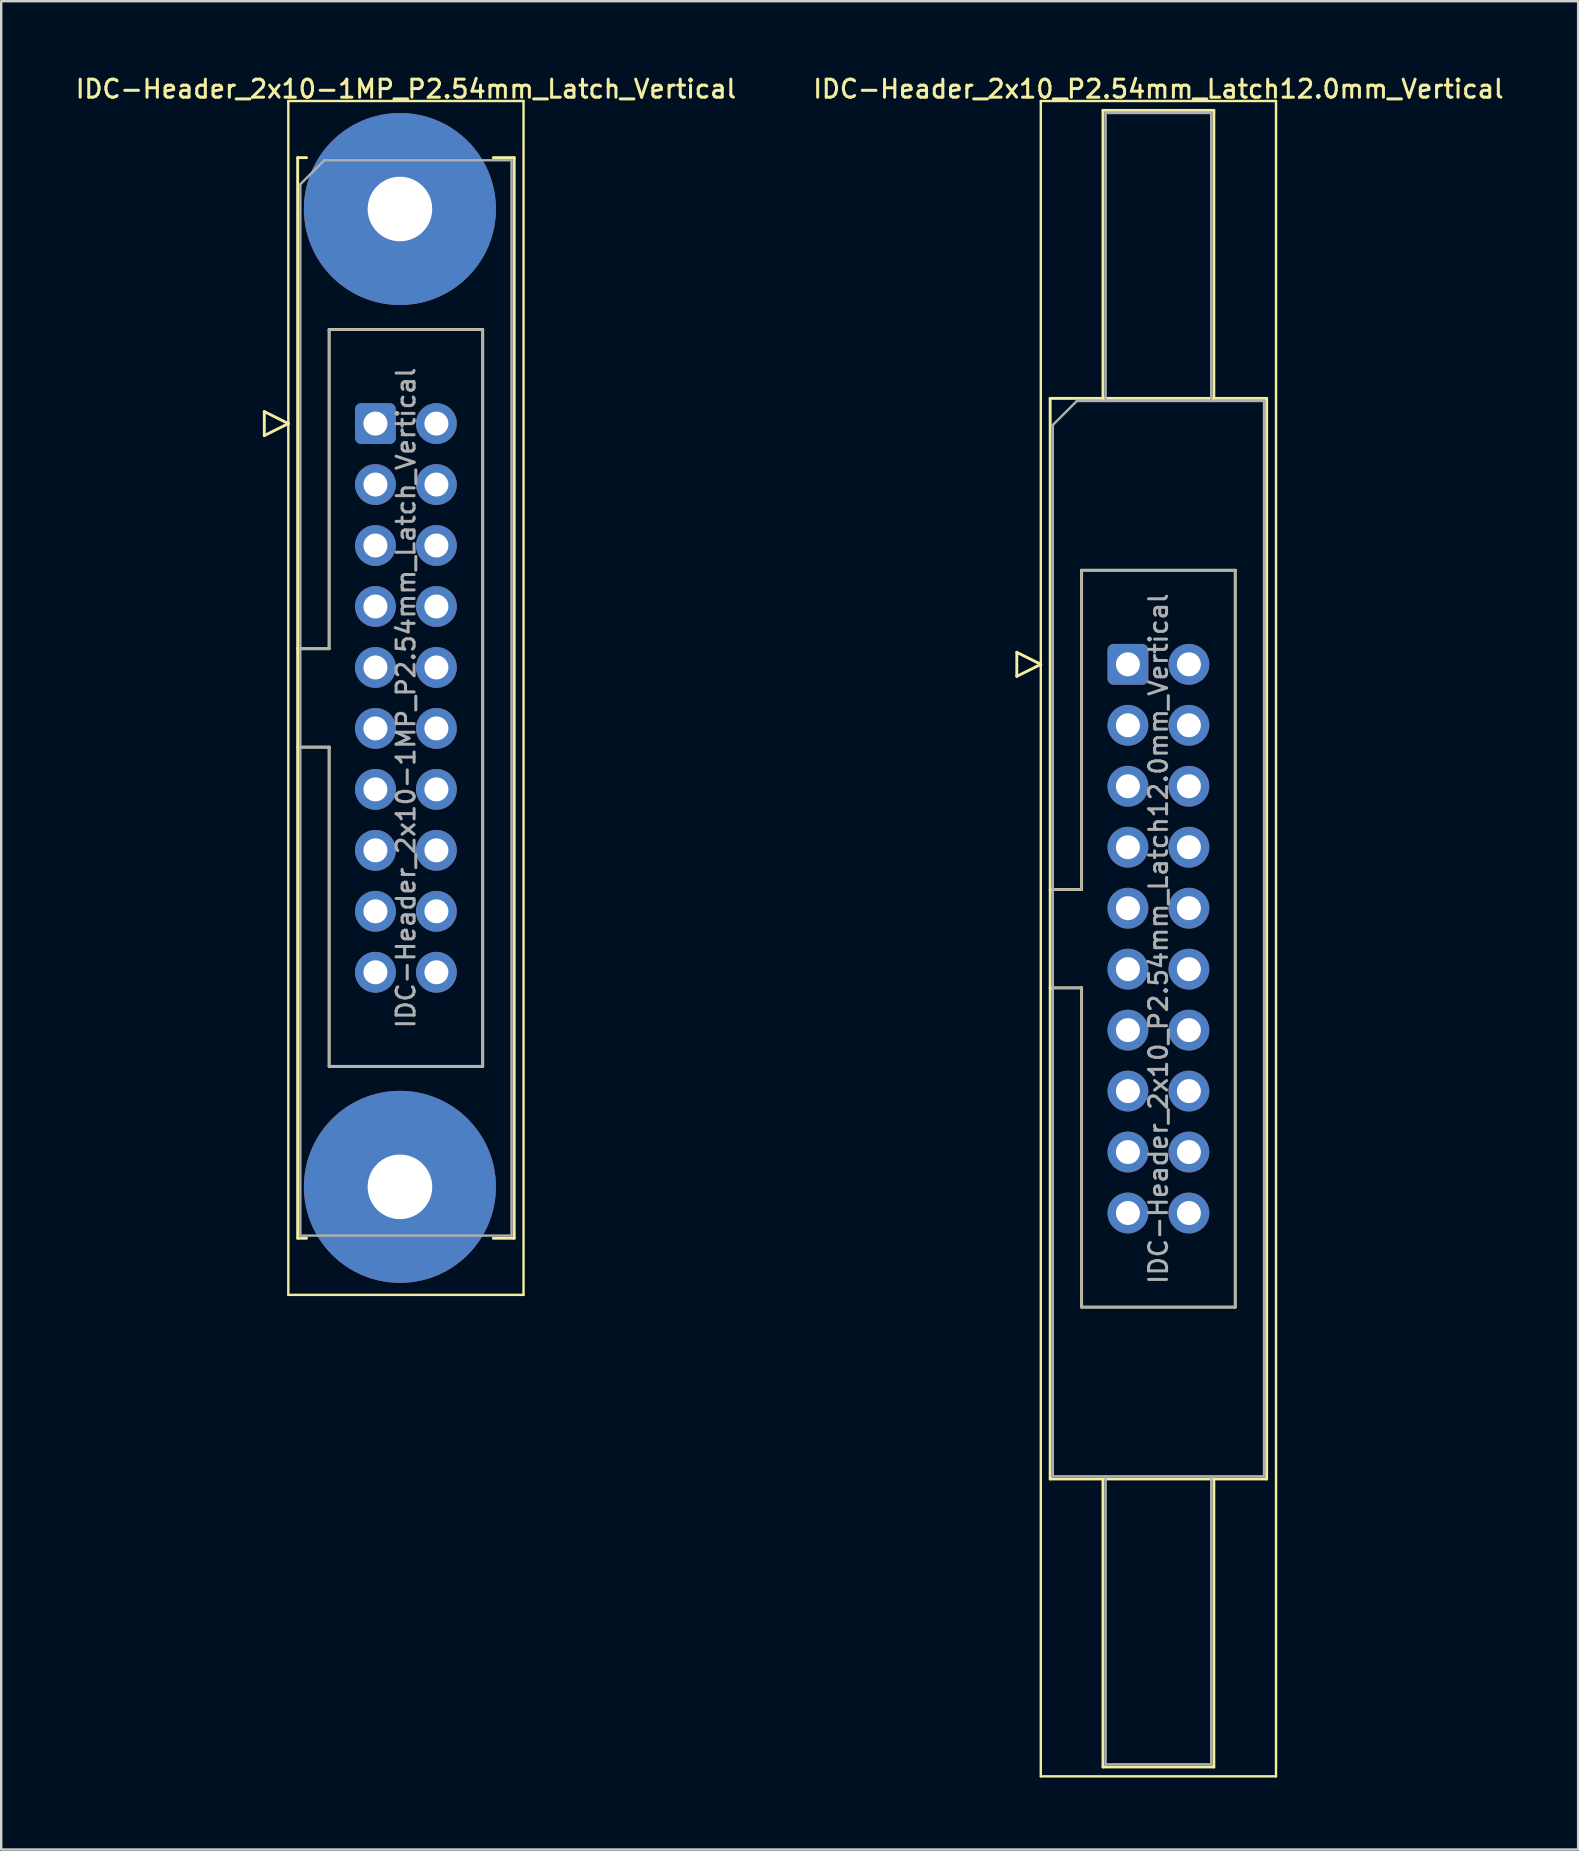
<source format=kicad_pcb>
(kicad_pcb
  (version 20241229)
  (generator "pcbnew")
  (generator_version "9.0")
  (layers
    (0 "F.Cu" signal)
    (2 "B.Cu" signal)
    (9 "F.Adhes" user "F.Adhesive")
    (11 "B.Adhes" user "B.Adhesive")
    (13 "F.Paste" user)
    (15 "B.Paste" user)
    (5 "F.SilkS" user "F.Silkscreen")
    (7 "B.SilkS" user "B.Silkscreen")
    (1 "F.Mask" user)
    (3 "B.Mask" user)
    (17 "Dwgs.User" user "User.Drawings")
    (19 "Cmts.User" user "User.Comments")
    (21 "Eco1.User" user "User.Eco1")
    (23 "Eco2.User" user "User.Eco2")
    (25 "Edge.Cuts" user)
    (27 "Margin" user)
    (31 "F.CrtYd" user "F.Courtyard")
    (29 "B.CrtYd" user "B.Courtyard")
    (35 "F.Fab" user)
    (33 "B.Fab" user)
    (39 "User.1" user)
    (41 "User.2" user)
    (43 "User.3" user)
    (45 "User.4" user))
  (footprint "IDC-Header_2x10_P2.54mm_Latch12.0mm_Vertical"
    (layer "F.Cu")
    (at 43.943 24.628)
    (property "Reference" "IDC-Header_2x10_P2.54mm_Latch12.0mm_Vertical" (at 1.27 -23.97 0) (layer "F.SilkS") (effects (font (size 0.75 0.75) (thickness 0.125))))
    (attr through_hole)
    (fp_line (start -4.63 -0.5) (end -4.63 0.5) (stroke (width 0.12) (type solid)) (layer "F.SilkS"))
    (fp_line (start -4.63 0.5) (end -3.63 0) (stroke (width 0.12) (type solid)) (layer "F.SilkS"))
    (fp_line (start -3.63 -23.47) (end -3.63 46.33) (stroke (width 0.1) (type solid)) (layer "F.SilkS"))
    (fp_line (start -3.63 0) (end -4.63 -0.5) (stroke (width 0.12) (type solid)) (layer "F.SilkS"))
    (fp_line (start -3.63 46.33) (end 6.17 46.33) (stroke (width 0.1) (type solid)) (layer "F.SilkS"))
    (fp_line (start -3.24 -11.08) (end 5.78 -11.08) (stroke (width 0.12) (type solid)) (layer "F.SilkS"))
    (fp_line (start -3.24 9.38) (end -1.93 9.38) (stroke (width 0.12) (type solid)) (layer "F.SilkS"))
    (fp_line (start -3.24 33.94) (end -3.24 -11.08) (stroke (width 0.12) (type solid)) (layer "F.SilkS"))
    (fp_line (start -1.93 -3.92) (end 4.47 -3.92) (stroke (width 0.12) (type solid)) (layer "F.SilkS"))
    (fp_line (start -1.93 9.38) (end -1.93 -3.92) (stroke (width 0.12) (type solid)) (layer "F.SilkS"))
    (fp_line (start -1.93 13.48) (end -3.24 13.48) (stroke (width 0.12) (type solid)) (layer "F.SilkS"))
    (fp_line (start -1.93 13.48) (end -1.93 13.48) (stroke (width 0.12) (type solid)) (layer "F.SilkS"))
    (fp_line (start -1.93 26.78) (end -1.93 13.48) (stroke (width 0.12) (type solid)) (layer "F.SilkS"))
    (fp_line (start -1.04 -23.08) (end 3.58 -23.08) (stroke (width 0.12) (type solid)) (layer "F.SilkS"))
    (fp_line (start -1.04 -11.08) (end -1.04 -23.08) (stroke (width 0.12) (type solid)) (layer "F.SilkS"))
    (fp_line (start -1.04 33.94) (end -1.04 45.94) (stroke (width 0.12) (type solid)) (layer "F.SilkS"))
    (fp_line (start -1.04 45.94) (end 3.58 45.94) (stroke (width 0.12) (type solid)) (layer "F.SilkS"))
    (fp_line (start 3.58 -23.08) (end 3.58 -11.08) (stroke (width 0.12) (type solid)) (layer "F.SilkS"))
    (fp_line (start 3.58 45.94) (end 3.58 33.94) (stroke (width 0.12) (type solid)) (layer "F.SilkS"))
    (fp_line (start 4.47 -3.92) (end 4.47 26.78) (stroke (width 0.12) (type solid)) (layer "F.SilkS"))
    (fp_line (start 4.47 26.78) (end -1.93 26.78) (stroke (width 0.12) (type solid)) (layer "F.SilkS"))
    (fp_line (start 5.78 -11.08) (end 5.78 33.94) (stroke (width 0.12) (type solid)) (layer "F.SilkS"))
    (fp_line (start 5.78 33.94) (end -3.24 33.94) (stroke (width 0.12) (type solid)) (layer "F.SilkS"))
    (fp_line (start 6.17 -23.47) (end -3.63 -23.47) (stroke (width 0.1) (type solid)) (layer "F.SilkS"))
    (fp_line (start 6.17 46.33) (end 6.17 -23.47) (stroke (width 0.1) (type solid)) (layer "F.SilkS"))
    (fp_line (start -3.13 -9.97) (end -2.13 -10.97) (stroke (width 0.1) (type solid)) (layer "F.Fab"))
    (fp_line (start -3.13 9.38) (end -1.93 9.38) (stroke (width 0.1) (type solid)) (layer "F.Fab"))
    (fp_line (start -3.13 33.83) (end -3.13 -9.97) (stroke (width 0.1) (type solid)) (layer "F.Fab"))
    (fp_line (start -2.13 -10.97) (end 5.67 -10.97) (stroke (width 0.1) (type solid)) (layer "F.Fab"))
    (fp_line (start -1.93 -3.92) (end 4.47 -3.92) (stroke (width 0.1) (type solid)) (layer "F.Fab"))
    (fp_line (start -1.93 9.38) (end -1.93 -3.92) (stroke (width 0.1) (type solid)) (layer "F.Fab"))
    (fp_line (start -1.93 13.48) (end -3.13 13.48) (stroke (width 0.1) (type solid)) (layer "F.Fab"))
    (fp_line (start -1.93 13.48) (end -1.93 13.48) (stroke (width 0.1) (type solid)) (layer "F.Fab"))
    (fp_line (start -1.93 26.78) (end -1.93 13.48) (stroke (width 0.1) (type solid)) (layer "F.Fab"))
    (fp_line (start -0.93 -22.97) (end 3.47 -22.97) (stroke (width 0.1) (type solid)) (layer "F.Fab"))
    (fp_line (start -0.93 -10.97) (end -0.93 -22.97) (stroke (width 0.1) (type solid)) (layer "F.Fab"))
    (fp_line (start -0.93 33.83) (end -0.93 45.83) (stroke (width 0.1) (type solid)) (layer "F.Fab"))
    (fp_line (start -0.93 45.83) (end 3.47 45.83) (stroke (width 0.1) (type solid)) (layer "F.Fab"))
    (fp_line (start 3.47 -22.97) (end 3.47 -10.97) (stroke (width 0.1) (type solid)) (layer "F.Fab"))
    (fp_line (start 3.47 45.83) (end 3.47 33.83) (stroke (width 0.1) (type solid)) (layer "F.Fab"))
    (fp_line (start 4.47 -3.92) (end 4.47 26.78) (stroke (width 0.1) (type solid)) (layer "F.Fab"))
    (fp_line (start 4.47 26.78) (end -1.93 26.78) (stroke (width 0.1) (type solid)) (layer "F.Fab"))
    (fp_line (start 5.67 -10.97) (end 5.67 33.83) (stroke (width 0.1) (type solid)) (layer "F.Fab"))
    (fp_line (start 5.67 33.83) (end -3.13 33.83) (stroke (width 0.1) (type solid)) (layer "F.Fab"))
    (fp_text user "${REFERENCE}" (at 1.27 11.43 90) (layer "F.Fab") (effects (font (size 0.75 0.75) (thickness 0.125))))
    (pad "1" thru_hole roundrect (at 0 0) (size 1.7 1.7) (drill 1) (layers "*.Cu" "*.Mask") (roundrect_rratio 0.147))
    (pad "2" thru_hole circle (at 2.54 0) (size 1.7 1.7) (drill 1) (layers "*.Cu" "*.Mask"))
    (pad "3" thru_hole circle (at 0 2.54) (size 1.7 1.7) (drill 1) (layers "*.Cu" "*.Mask"))
    (pad "4" thru_hole circle (at 2.54 2.54) (size 1.7 1.7) (drill 1) (layers "*.Cu" "*.Mask"))
    (pad "5" thru_hole circle (at 0 5.08) (size 1.7 1.7) (drill 1) (layers "*.Cu" "*.Mask"))
    (pad "6" thru_hole circle (at 2.54 5.08) (size 1.7 1.7) (drill 1) (layers "*.Cu" "*.Mask"))
    (pad "7" thru_hole circle (at 0 7.62) (size 1.7 1.7) (drill 1) (layers "*.Cu" "*.Mask"))
    (pad "8" thru_hole circle (at 2.54 7.62) (size 1.7 1.7) (drill 1) (layers "*.Cu" "*.Mask"))
    (pad "9" thru_hole circle (at 0 10.16) (size 1.7 1.7) (drill 1) (layers "*.Cu" "*.Mask"))
    (pad "10" thru_hole circle (at 2.54 10.16) (size 1.7 1.7) (drill 1) (layers "*.Cu" "*.Mask"))
    (pad "11" thru_hole circle (at 0 12.7) (size 1.7 1.7) (drill 1) (layers "*.Cu" "*.Mask"))
    (pad "12" thru_hole circle (at 2.54 12.7) (size 1.7 1.7) (drill 1) (layers "*.Cu" "*.Mask"))
    (pad "13" thru_hole circle (at 0 15.24) (size 1.7 1.7) (drill 1) (layers "*.Cu" "*.Mask"))
    (pad "14" thru_hole circle (at 2.54 15.24) (size 1.7 1.7) (drill 1) (layers "*.Cu" "*.Mask"))
    (pad "15" thru_hole circle (at 0 17.78) (size 1.7 1.7) (drill 1) (layers "*.Cu" "*.Mask"))
    (pad "16" thru_hole circle (at 2.54 17.78) (size 1.7 1.7) (drill 1) (layers "*.Cu" "*.Mask"))
    (pad "17" thru_hole circle (at 0 20.32) (size 1.7 1.7) (drill 1) (layers "*.Cu" "*.Mask"))
    (pad "18" thru_hole circle (at 2.54 20.32) (size 1.7 1.7) (drill 1) (layers "*.Cu" "*.Mask"))
    (pad "19" thru_hole circle (at 0 22.86) (size 1.7 1.7) (drill 1) (layers "*.Cu" "*.Mask"))
    (pad "20" thru_hole circle (at 2.54 22.86) (size 1.7 1.7) (drill 1) (layers "*.Cu" "*.Mask")))
  (footprint "IDC-Header_2x10-1MP_P2.54mm_Latch_Vertical"
    (layer "F.Cu")
    (at 12.592 14.598)
    (property "Reference" "IDC-Header_2x10-1MP_P2.54mm_Latch_Vertical" (at 1.27 -13.94 0) (layer "F.SilkS") (effects (font (size 0.75 0.75) (thickness 0.125))))
    (attr through_hole)
    (fp_line (start -4.63 -0.5) (end -4.63 0.5) (stroke (width 0.12) (type solid)) (layer "F.SilkS"))
    (fp_line (start -4.63 0.5) (end -3.63 0) (stroke (width 0.12) (type solid)) (layer "F.SilkS"))
    (fp_line (start -3.63 -13.44) (end -3.63 36.3) (stroke (width 0.1) (type solid)) (layer "F.SilkS"))
    (fp_line (start -3.63 0) (end -4.63 -0.5) (stroke (width 0.12) (type solid)) (layer "F.SilkS"))
    (fp_line (start -3.63 36.3) (end 6.17 36.3) (stroke (width 0.1) (type solid)) (layer "F.SilkS"))
    (fp_line (start -3.24 -11.08) (end -3.24 33.94) (stroke (width 0.12) (type solid)) (layer "F.SilkS"))
    (fp_line (start -3.24 9.38) (end -1.93 9.38) (stroke (width 0.12) (type solid)) (layer "F.SilkS"))
    (fp_line (start -3.24 33.94) (end -2.87 33.94) (stroke (width 0.12) (type solid)) (layer "F.SilkS"))
    (fp_line (start -2.87 -11.08) (end -3.24 -11.08) (stroke (width 0.12) (type solid)) (layer "F.SilkS"))
    (fp_line (start -1.93 -3.92) (end 4.47 -3.92) (stroke (width 0.12) (type solid)) (layer "F.SilkS"))
    (fp_line (start -1.93 9.38) (end -1.93 -3.92) (stroke (width 0.12) (type solid)) (layer "F.SilkS"))
    (fp_line (start -1.93 13.48) (end -3.24 13.48) (stroke (width 0.12) (type solid)) (layer "F.SilkS"))
    (fp_line (start -1.93 13.48) (end -1.93 13.48) (stroke (width 0.12) (type solid)) (layer "F.SilkS"))
    (fp_line (start -1.93 26.78) (end -1.93 13.48) (stroke (width 0.12) (type solid)) (layer "F.SilkS"))
    (fp_line (start 4.47 -3.92) (end 4.47 26.78) (stroke (width 0.12) (type solid)) (layer "F.SilkS"))
    (fp_line (start 4.47 26.78) (end -1.93 26.78) (stroke (width 0.12) (type solid)) (layer "F.SilkS"))
    (fp_line (start 4.91 -11.08) (end 5.78 -11.08) (stroke (width 0.12) (type solid)) (layer "F.SilkS"))
    (fp_line (start 5.78 -11.08) (end 5.78 33.94) (stroke (width 0.12) (type solid)) (layer "F.SilkS"))
    (fp_line (start 5.78 33.94) (end 4.91 33.94) (stroke (width 0.12) (type solid)) (layer "F.SilkS"))
    (fp_line (start 6.17 -13.44) (end -3.63 -13.44) (stroke (width 0.1) (type solid)) (layer "F.SilkS"))
    (fp_line (start 6.17 36.3) (end 6.17 -13.44) (stroke (width 0.1) (type solid)) (layer "F.SilkS"))
    (fp_line (start -3.13 -9.97) (end -2.13 -10.97) (stroke (width 0.1) (type solid)) (layer "F.Fab"))
    (fp_line (start -3.13 9.38) (end -1.93 9.38) (stroke (width 0.1) (type solid)) (layer "F.Fab"))
    (fp_line (start -3.13 33.83) (end -3.13 -9.97) (stroke (width 0.1) (type solid)) (layer "F.Fab"))
    (fp_line (start -2.13 -10.97) (end 5.67 -10.97) (stroke (width 0.1) (type solid)) (layer "F.Fab"))
    (fp_line (start -1.93 -3.92) (end 4.47 -3.92) (stroke (width 0.1) (type solid)) (layer "F.Fab"))
    (fp_line (start -1.93 9.38) (end -1.93 -3.92) (stroke (width 0.1) (type solid)) (layer "F.Fab"))
    (fp_line (start -1.93 13.48) (end -3.13 13.48) (stroke (width 0.1) (type solid)) (layer "F.Fab"))
    (fp_line (start -1.93 13.48) (end -1.93 13.48) (stroke (width 0.1) (type solid)) (layer "F.Fab"))
    (fp_line (start -1.93 26.78) (end -1.93 13.48) (stroke (width 0.1) (type solid)) (layer "F.Fab"))
    (fp_line (start 4.47 -3.92) (end 4.47 26.78) (stroke (width 0.1) (type solid)) (layer "F.Fab"))
    (fp_line (start 4.47 26.78) (end -1.93 26.78) (stroke (width 0.1) (type solid)) (layer "F.Fab"))
    (fp_line (start 5.67 -10.97) (end 5.67 33.83) (stroke (width 0.1) (type solid)) (layer "F.Fab"))
    (fp_line (start 5.67 33.83) (end -3.13 33.83) (stroke (width 0.1) (type solid)) (layer "F.Fab"))
    (fp_text user "${REFERENCE}" (at 1.27 11.43 90) (layer "F.Fab") (effects (font (size 0.75 0.75) (thickness 0.125))))
    (pad "1" thru_hole roundrect (at 0 0) (size 1.7 1.7) (drill 1) (layers "*.Cu" "*.Mask") (roundrect_rratio 0.147))
    (pad "2" thru_hole circle (at 2.54 0) (size 1.7 1.7) (drill 1) (layers "*.Cu" "*.Mask"))
    (pad "3" thru_hole circle (at 0 2.54) (size 1.7 1.7) (drill 1) (layers "*.Cu" "*.Mask"))
    (pad "4" thru_hole circle (at 2.54 2.54) (size 1.7 1.7) (drill 1) (layers "*.Cu" "*.Mask"))
    (pad "5" thru_hole circle (at 0 5.08) (size 1.7 1.7) (drill 1) (layers "*.Cu" "*.Mask"))
    (pad "6" thru_hole circle (at 2.54 5.08) (size 1.7 1.7) (drill 1) (layers "*.Cu" "*.Mask"))
    (pad "7" thru_hole circle (at 0 7.62) (size 1.7 1.7) (drill 1) (layers "*.Cu" "*.Mask"))
    (pad "8" thru_hole circle (at 2.54 7.62) (size 1.7 1.7) (drill 1) (layers "*.Cu" "*.Mask"))
    (pad "9" thru_hole circle (at 0 10.16) (size 1.7 1.7) (drill 1) (layers "*.Cu" "*.Mask"))
    (pad "10" thru_hole circle (at 2.54 10.16) (size 1.7 1.7) (drill 1) (layers "*.Cu" "*.Mask"))
    (pad "11" thru_hole circle (at 0 12.7) (size 1.7 1.7) (drill 1) (layers "*.Cu" "*.Mask"))
    (pad "12" thru_hole circle (at 2.54 12.7) (size 1.7 1.7) (drill 1) (layers "*.Cu" "*.Mask"))
    (pad "13" thru_hole circle (at 0 15.24) (size 1.7 1.7) (drill 1) (layers "*.Cu" "*.Mask"))
    (pad "14" thru_hole circle (at 2.54 15.24) (size 1.7 1.7) (drill 1) (layers "*.Cu" "*.Mask"))
    (pad "15" thru_hole circle (at 0 17.78) (size 1.7 1.7) (drill 1) (layers "*.Cu" "*.Mask"))
    (pad "16" thru_hole circle (at 2.54 17.78) (size 1.7 1.7) (drill 1) (layers "*.Cu" "*.Mask"))
    (pad "17" thru_hole circle (at 0 20.32) (size 1.7 1.7) (drill 1) (layers "*.Cu" "*.Mask"))
    (pad "18" thru_hole circle (at 2.54 20.32) (size 1.7 1.7) (drill 1) (layers "*.Cu" "*.Mask"))
    (pad "19" thru_hole circle (at 0 22.86) (size 1.7 1.7) (drill 1) (layers "*.Cu" "*.Mask"))
    (pad "20" thru_hole circle (at 2.54 22.86) (size 1.7 1.7) (drill 1) (layers "*.Cu" "*.Mask"))
    (pad "MP" thru_hole circle (at 1.02 -8.94) (size 8 8) (drill 2.69) (layers "*.Cu" "*.Mask"))
    (pad "MP" thru_hole circle (at 1.02 31.8) (size 8 8) (drill 2.69) (layers "*.Cu" "*.Mask")))
  (gr_rect
    (start -3 -3)
    (end 62.7 74.008)
    (stroke (width 0.1) (type default))
    (fill no)
    (layer "Edge.Cuts")))
</source>
